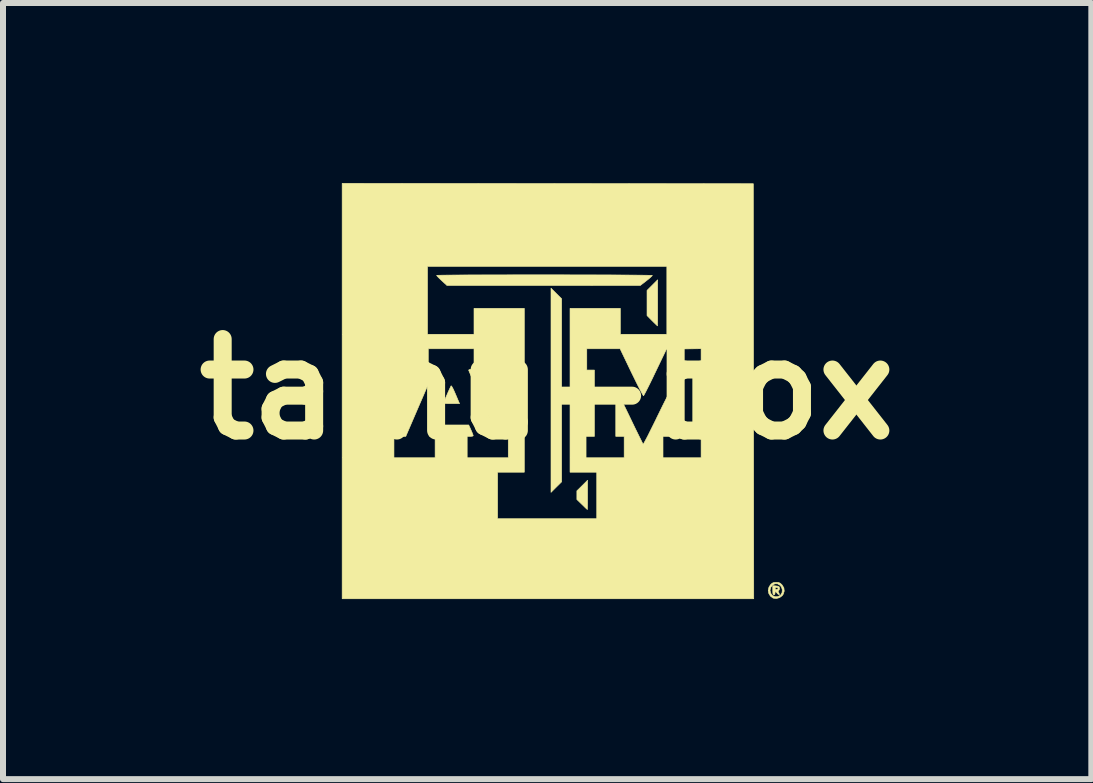
<source format=kicad_pcb>
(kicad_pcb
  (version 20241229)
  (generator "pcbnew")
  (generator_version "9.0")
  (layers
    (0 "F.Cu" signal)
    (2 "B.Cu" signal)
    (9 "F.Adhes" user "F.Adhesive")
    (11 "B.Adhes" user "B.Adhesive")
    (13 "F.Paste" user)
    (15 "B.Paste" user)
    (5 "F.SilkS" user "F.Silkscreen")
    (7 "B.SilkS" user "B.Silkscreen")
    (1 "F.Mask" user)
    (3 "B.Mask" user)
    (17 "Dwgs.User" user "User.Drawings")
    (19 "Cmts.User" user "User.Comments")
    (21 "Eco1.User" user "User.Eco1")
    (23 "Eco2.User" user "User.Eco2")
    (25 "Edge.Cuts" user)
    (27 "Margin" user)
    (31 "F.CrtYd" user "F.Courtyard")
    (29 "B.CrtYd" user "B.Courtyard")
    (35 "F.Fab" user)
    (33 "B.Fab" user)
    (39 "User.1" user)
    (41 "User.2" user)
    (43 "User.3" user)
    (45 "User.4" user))
  (footprint "tamu-box"
    (layer "F.Cu")
    (at 6.067 3.434)
    (property "Reference" "tamu-box" (at 0 0 0) (layer "F.SilkS") (effects (font (size 1.524 1.524) (thickness 0.3))))
    (attr through_hole)
    (fp_poly (pts (xy 0.152 -1.594) (xy 0.241 -1.506) (xy 0.241 1.544) (xy 0.152 1.632) (xy 0.064 1.72) (xy 0.064 -1.682) (xy 0.152 -1.594)) (stroke (width 0.01) (type solid)) (fill yes) (layer "F.SilkS"))
    (fp_poly (pts (xy 0.673 1.762) (xy 0.673 1.838) (xy 0.673 1.904) (xy 0.672 1.957) (xy 0.671 1.992) (xy 0.67 2.006) (xy 0.67 2.006) (xy 0.66 1.998) (xy 0.636 1.976) (xy 0.603 1.943) (xy 0.581 1.922) (xy 0.495 1.839) (xy 0.495 1.695) (xy 0.584 1.607) (xy 0.673 1.518) (xy 0.673 1.762)) (stroke (width 0.01) (type solid)) (fill yes) (layer "F.SilkS"))
    (fp_poly (pts (xy 1.841 -1.438) (xy 1.841 -1.342) (xy 1.841 -1.255) (xy 1.841 -1.18) (xy 1.84 -1.119) (xy 1.839 -1.077) (xy 1.838 -1.056) (xy 1.838 -1.054) (xy 1.828 -1.063) (xy 1.805 -1.085) (xy 1.771 -1.118) (xy 1.749 -1.14) (xy 1.664 -1.226) (xy 1.664 -1.645) (xy 1.753 -1.734) (xy 1.841 -1.822) (xy 1.841 -1.438)) (stroke (width 0.01) (type solid)) (fill yes) (layer "F.SilkS"))
    (fp_poly (pts (xy -1.594 -0.052) (xy -1.582 -0.033) (xy -1.563 0.003) (xy -1.538 0.059) (xy -1.505 0.136) (xy -1.478 0.2) (xy -1.46 0.241) (xy -1.594 0.241) (xy -1.648 0.241) (xy -1.692 0.239) (xy -1.72 0.237) (xy -1.727 0.234) (xy -1.722 0.219) (xy -1.709 0.187) (xy -1.691 0.143) (xy -1.669 0.093) (xy -1.647 0.042) (xy -1.626 -0.003) (xy -1.61 -0.037) (xy -1.601 -0.054) (xy -1.601 -0.055) (xy -1.594 -0.052)) (stroke (width 0.01) (type solid)) (fill yes) (layer "F.SilkS"))
    (fp_poly (pts (xy 3.813 3.279) (xy 3.848 3.284) (xy 3.865 3.294) (xy 3.871 3.313) (xy 3.868 3.341) (xy 3.859 3.354) (xy 3.848 3.366) (xy 3.855 3.385) (xy 3.859 3.392) (xy 3.87 3.417) (xy 3.866 3.426) (xy 3.849 3.418) (xy 3.829 3.397) (xy 3.798 3.359) (xy 3.798 3.394) (xy 3.791 3.422) (xy 3.778 3.429) (xy 3.767 3.423) (xy 3.761 3.403) (xy 3.759 3.362) (xy 3.759 3.352) (xy 3.759 3.321) (xy 3.797 3.321) (xy 3.808 3.337) (xy 3.823 3.34) (xy 3.843 3.332) (xy 3.848 3.321) (xy 3.838 3.306) (xy 3.823 3.302) (xy 3.802 3.31) (xy 3.797 3.321) (xy 3.759 3.321) (xy 3.759 3.275) (xy 3.813 3.279)) (stroke (width 0.01) (type solid)) (fill yes) (layer "F.SilkS"))
    (fp_poly (pts (xy 3.857 3.222) (xy 3.885 3.235) (xy 3.913 3.261) (xy 3.944 3.312) (xy 3.95 3.365) (xy 3.933 3.417) (xy 3.915 3.442) (xy 3.872 3.474) (xy 3.82 3.488) (xy 3.77 3.483) (xy 3.764 3.481) (xy 3.72 3.449) (xy 3.693 3.405) (xy 3.684 3.353) (xy 3.684 3.352) (xy 3.713 3.352) (xy 3.723 3.4) (xy 3.754 3.439) (xy 3.796 3.459) (xy 3.842 3.458) (xy 3.886 3.434) (xy 3.892 3.428) (xy 3.914 3.39) (xy 3.918 3.344) (xy 3.905 3.299) (xy 3.882 3.269) (xy 3.838 3.243) (xy 3.795 3.243) (xy 3.756 3.264) (xy 3.724 3.304) (xy 3.713 3.352) (xy 3.684 3.352) (xy 3.695 3.301) (xy 3.72 3.261) (xy 3.748 3.234) (xy 3.776 3.222) (xy 3.816 3.219) (xy 3.857 3.222)) (stroke (width 0.01) (type solid)) (fill yes) (layer "F.SilkS"))
    (fp_poly (pts (xy 0.035 -1.905) (xy 0.22 -1.905) (xy 0.401 -1.904) (xy 0.579 -1.904) (xy 0.75 -1.904) (xy 0.914 -1.903) (xy 1.068 -1.903) (xy 1.211 -1.902) (xy 1.341 -1.901) (xy 1.457 -1.9) (xy 1.556 -1.899) (xy 1.637 -1.898) (xy 1.697 -1.897) (xy 1.737 -1.896) (xy 1.752 -1.895) (xy 1.753 -1.894) (xy 1.743 -1.883) (xy 1.718 -1.859) (xy 1.681 -1.828) (xy 1.652 -1.805) (xy 1.551 -1.727) (xy -0.06 -1.728) (xy -1.67 -1.728) (xy -1.756 -1.807) (xy -1.794 -1.843) (xy -1.823 -1.872) (xy -1.839 -1.891) (xy -1.842 -1.895) (xy -1.829 -1.897) (xy -1.793 -1.898) (xy -1.735 -1.899) (xy -1.657 -1.9) (xy -1.56 -1.901) (xy -1.447 -1.902) (xy -1.319 -1.903) (xy -1.178 -1.903) (xy -1.025 -1.904) (xy -0.862 -1.904) (xy -0.692 -1.904) (xy -0.515 -1.905) (xy -0.334 -1.905) (xy -0.15 -1.905) (xy 0.035 -1.905)) (stroke (width 0.01) (type solid)) (fill yes) (layer "F.SilkS"))
    (fp_poly (pts (xy 0.01 -3.426) (xy 3.435 -3.423) (xy 3.442 3.493) (xy -3.416 3.493) (xy -3.416 0.787) (xy -2.553 0.787) (xy -2.553 1.143) (xy -1.867 1.143) (xy -1.867 0.789) (xy -1.917 0.785) (xy -1.966 0.781) (xy -1.928 0.689) (xy -1.889 0.597) (xy -1.307 0.597) (xy -1.269 0.681) (xy -1.251 0.723) (xy -1.238 0.757) (xy -1.232 0.775) (xy -1.232 0.776) (xy -1.243 0.783) (xy -1.271 0.787) (xy -1.283 0.787) (xy -1.333 0.787) (xy -1.333 1.143) (xy -0.648 1.143) (xy -0.648 0.787) (xy -0.742 0.787) (xy -0.799 0.785) (xy -0.833 0.779) (xy -0.842 0.772) (xy -0.848 0.757) (xy -0.863 0.721) (xy -0.887 0.667) (xy -0.917 0.597) (xy -0.953 0.514) (xy -0.994 0.418) (xy -1.039 0.315) (xy -1.078 0.225) (xy -1.125 0.116) (xy -1.169 0.014) (xy -1.209 -0.079) (xy -1.243 -0.16) (xy -1.271 -0.227) (xy -1.292 -0.277) (xy -1.305 -0.308) (xy -1.308 -0.318) (xy -1.297 -0.326) (xy -1.269 -0.33) (xy -1.264 -0.33) (xy -1.219 -0.33) (xy -1.219 -0.673) (xy -1.981 -0.673) (xy -1.981 -0.33) (xy -1.929 -0.33) (xy -1.896 -0.329) (xy -1.884 -0.322) (xy -1.885 -0.308) (xy -1.892 -0.292) (xy -1.907 -0.255) (xy -1.931 -0.2) (xy -1.961 -0.129) (xy -1.998 -0.044) (xy -2.039 0.052) (xy -2.084 0.157) (xy -2.125 0.251) (xy -2.356 0.787) (xy -2.454 0.787) (xy -2.553 0.787) (xy -3.416 0.787) (xy -3.416 -2.045) (xy -1.994 -2.045) (xy -1.994 -0.914) (xy -1.219 -0.914) (xy -1.219 -1.346) (xy -0.381 -1.346) (xy -0.381 1.384) (xy -0.826 1.384) (xy -0.826 2.159) (xy 0.826 2.159) (xy 0.826 1.384) (xy 0.381 1.384) (xy 0.381 0.787) (xy 0.648 0.787) (xy 0.648 1.143) (xy 1.283 1.143) (xy 1.283 0.787) (xy 1.143 0.787) (xy 1.143 0.398) (xy 1.143 0.282) (xy 1.144 0.186) (xy 1.146 0.11) (xy 1.149 0.057) (xy 1.152 0.026) (xy 1.155 0.02) (xy 1.163 0.033) (xy 1.181 0.068) (xy 1.207 0.12) (xy 1.24 0.187) (xy 1.28 0.266) (xy 1.324 0.356) (xy 1.371 0.453) (xy 1.379 0.47) (xy 1.426 0.568) (xy 1.47 0.659) (xy 1.51 0.74) (xy 1.544 0.809) (xy 1.571 0.863) (xy 1.589 0.9) (xy 1.599 0.917) (xy 1.599 0.917) (xy 1.606 0.909) (xy 1.623 0.879) (xy 1.649 0.831) (xy 1.682 0.768) (xy 1.72 0.691) (xy 1.764 0.603) (xy 1.812 0.506) (xy 1.829 0.47) (xy 1.878 0.37) (xy 1.923 0.278) (xy 1.964 0.196) (xy 2 0.126) (xy 2.028 0.071) (xy 2.048 0.033) (xy 2.059 0.014) (xy 2.061 0.013) (xy 2.063 0.025) (xy 2.065 0.06) (xy 2.067 0.113) (xy 2.068 0.183) (xy 2.07 0.266) (xy 2.07 0.359) (xy 2.07 0.4) (xy 2.07 0.787) (xy 1.93 0.787) (xy 1.93 1.143) (xy 2.565 1.143) (xy 2.565 0.787) (xy 2.426 0.787) (xy 2.426 -0.318) (xy 2.565 -0.318) (xy 2.565 -0.674) (xy 2.277 -0.67) (xy 1.988 -0.667) (xy 1.802 -0.28) (xy 1.758 -0.188) (xy 1.717 -0.104) (xy 1.68 -0.03) (xy 1.649 0.031) (xy 1.625 0.077) (xy 1.61 0.104) (xy 1.605 0.111) (xy 1.597 0.1) (xy 1.58 0.07) (xy 1.554 0.022) (xy 1.521 -0.042) (xy 1.483 -0.118) (xy 1.441 -0.204) (xy 1.404 -0.279) (xy 1.215 -0.673) (xy 0.66 -0.673) (xy 0.66 -0.318) (xy 0.787 -0.318) (xy 0.787 0.787) (xy 0.648 0.787) (xy 0.381 0.787) (xy 0.381 -1.346) (xy 1.219 -1.346) (xy 1.219 -0.914) (xy 1.994 -0.914) (xy 1.994 -2.045) (xy -1.994 -2.045) (xy -3.416 -2.045) (xy -3.416 -3.429) (xy 0.01 -3.426)) (stroke (width 0.01) (type solid)) (fill yes) (layer "F.SilkS")))
  (gr_rect
    (start -3 -3)
    (end 15.134 9.932)
    (stroke (width 0.1) (type default))
    (fill no)
    (layer "Edge.Cuts")))
</source>
